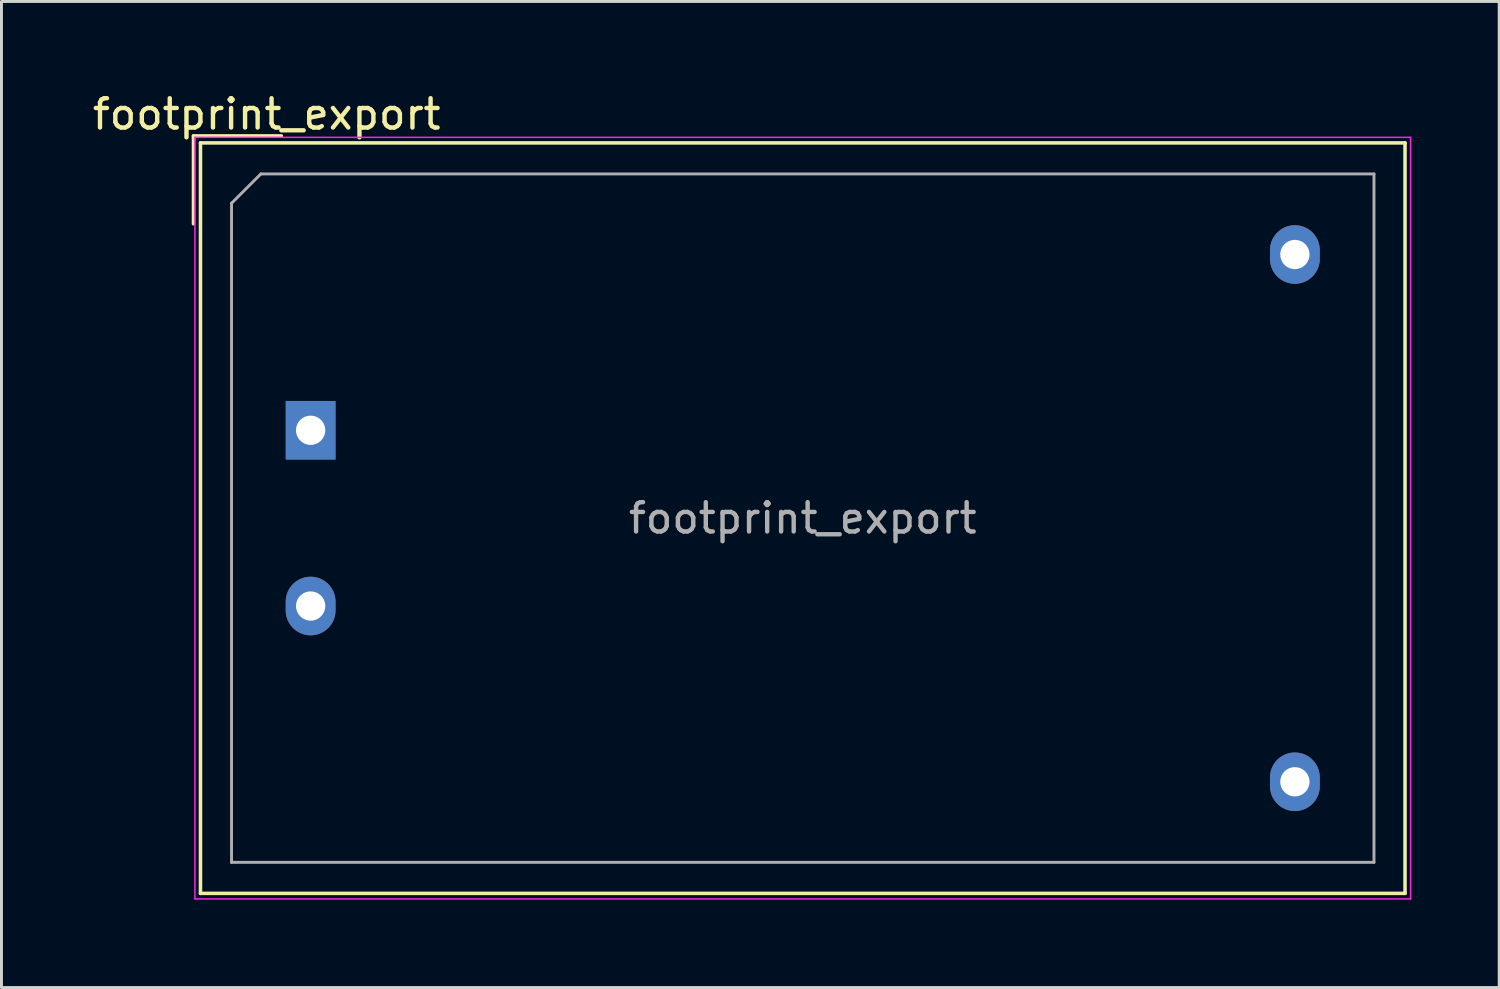
<source format=kicad_pcb>
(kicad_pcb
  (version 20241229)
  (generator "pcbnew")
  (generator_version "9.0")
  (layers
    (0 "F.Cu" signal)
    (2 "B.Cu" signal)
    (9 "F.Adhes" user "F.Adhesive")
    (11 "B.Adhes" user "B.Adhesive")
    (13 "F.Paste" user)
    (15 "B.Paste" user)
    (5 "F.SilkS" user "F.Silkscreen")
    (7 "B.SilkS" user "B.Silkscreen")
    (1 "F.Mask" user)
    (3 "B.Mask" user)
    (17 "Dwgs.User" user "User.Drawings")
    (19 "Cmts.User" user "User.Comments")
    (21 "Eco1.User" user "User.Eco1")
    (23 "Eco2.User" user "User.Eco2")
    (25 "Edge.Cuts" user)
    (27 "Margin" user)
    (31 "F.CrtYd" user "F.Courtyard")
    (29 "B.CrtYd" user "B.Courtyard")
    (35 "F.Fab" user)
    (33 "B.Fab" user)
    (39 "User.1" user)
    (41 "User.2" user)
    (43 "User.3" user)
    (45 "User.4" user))
  (footprint "footprint_export"
    (layer "F.Cu")
    (at 7.554 11.638)
    (property "Reference" "footprint_export" (at -1.5 -10.79 0) (layer "F.SilkS") (effects (font (size 1 1) (thickness 0.15))))
    (attr through_hole)
    (fp_line (start -4 -10.05) (end -1 -10.05) (stroke (width 0.12) (type solid)) (layer "F.SilkS"))
    (fp_line (start -4 -7.05) (end -4 -10.05) (stroke (width 0.12) (type solid)) (layer "F.SilkS"))
    (fp_line (start -3.76 -9.81) (end -3.76 15.81) (stroke (width 0.12) (type solid)) (layer "F.SilkS"))
    (fp_line (start -3.76 -9.81) (end 37.36 -9.81) (stroke (width 0.12) (type solid)) (layer "F.SilkS"))
    (fp_line (start -3.76 15.81) (end 37.36 15.81) (stroke (width 0.12) (type solid)) (layer "F.SilkS"))
    (fp_line (start 37.36 -9.81) (end 37.36 15.81) (stroke (width 0.12) (type solid)) (layer "F.SilkS"))
    (fp_line (start -3.95 -10) (end -3.95 16) (stroke (width 0.05) (type solid)) (layer "F.CrtYd"))
    (fp_line (start -3.95 -10) (end 37.55 -10) (stroke (width 0.05) (type solid)) (layer "F.CrtYd"))
    (fp_line (start -3.95 16) (end 37.55 16) (stroke (width 0.05) (type solid)) (layer "F.CrtYd"))
    (fp_line (start 37.55 -10) (end 37.55 16) (stroke (width 0.05) (type solid)) (layer "F.CrtYd"))
    (fp_line (start -2.7 -7.75) (end -1.7 -8.75) (stroke (width 0.1) (type solid)) (layer "F.Fab"))
    (fp_line (start -2.7 14.75) (end -2.7 -7.75) (stroke (width 0.1) (type solid)) (layer "F.Fab"))
    (fp_line (start -1.7 -8.75) (end 36.3 -8.75) (stroke (width 0.1) (type solid)) (layer "F.Fab"))
    (fp_line (start 36.3 -8.75) (end 36.3 14.75) (stroke (width 0.1) (type solid)) (layer "F.Fab"))
    (fp_line (start 36.3 14.75) (end -2.7 14.75) (stroke (width 0.1) (type solid)) (layer "F.Fab"))
    (fp_text user "${REFERENCE}" (at 16.8 3 0) (layer "F.Fab") (effects (font (size 1 1) (thickness 0.15))))
    (pad "1" thru_hole rect (at 0 0) (size 1.7 2) (drill 1) (layers "*.Cu" "*.Mask"))
    (pad "2" thru_hole oval (at 0 6) (size 1.7 2) (drill 1) (layers "*.Cu" "*.Mask"))
    (pad "3" thru_hole oval (at 33.6 -6) (size 1.7 2) (drill 1) (layers "*.Cu" "*.Mask"))
    (pad "4" thru_hole oval (at 33.6 12) (size 1.7 2) (drill 1) (layers "*.Cu" "*.Mask")))
  (gr_rect
    (start -3 -3)
    (end 48.129 30.663)
    (stroke (width 0.1) (type default))
    (fill no)
    (layer "Edge.Cuts")))
</source>
